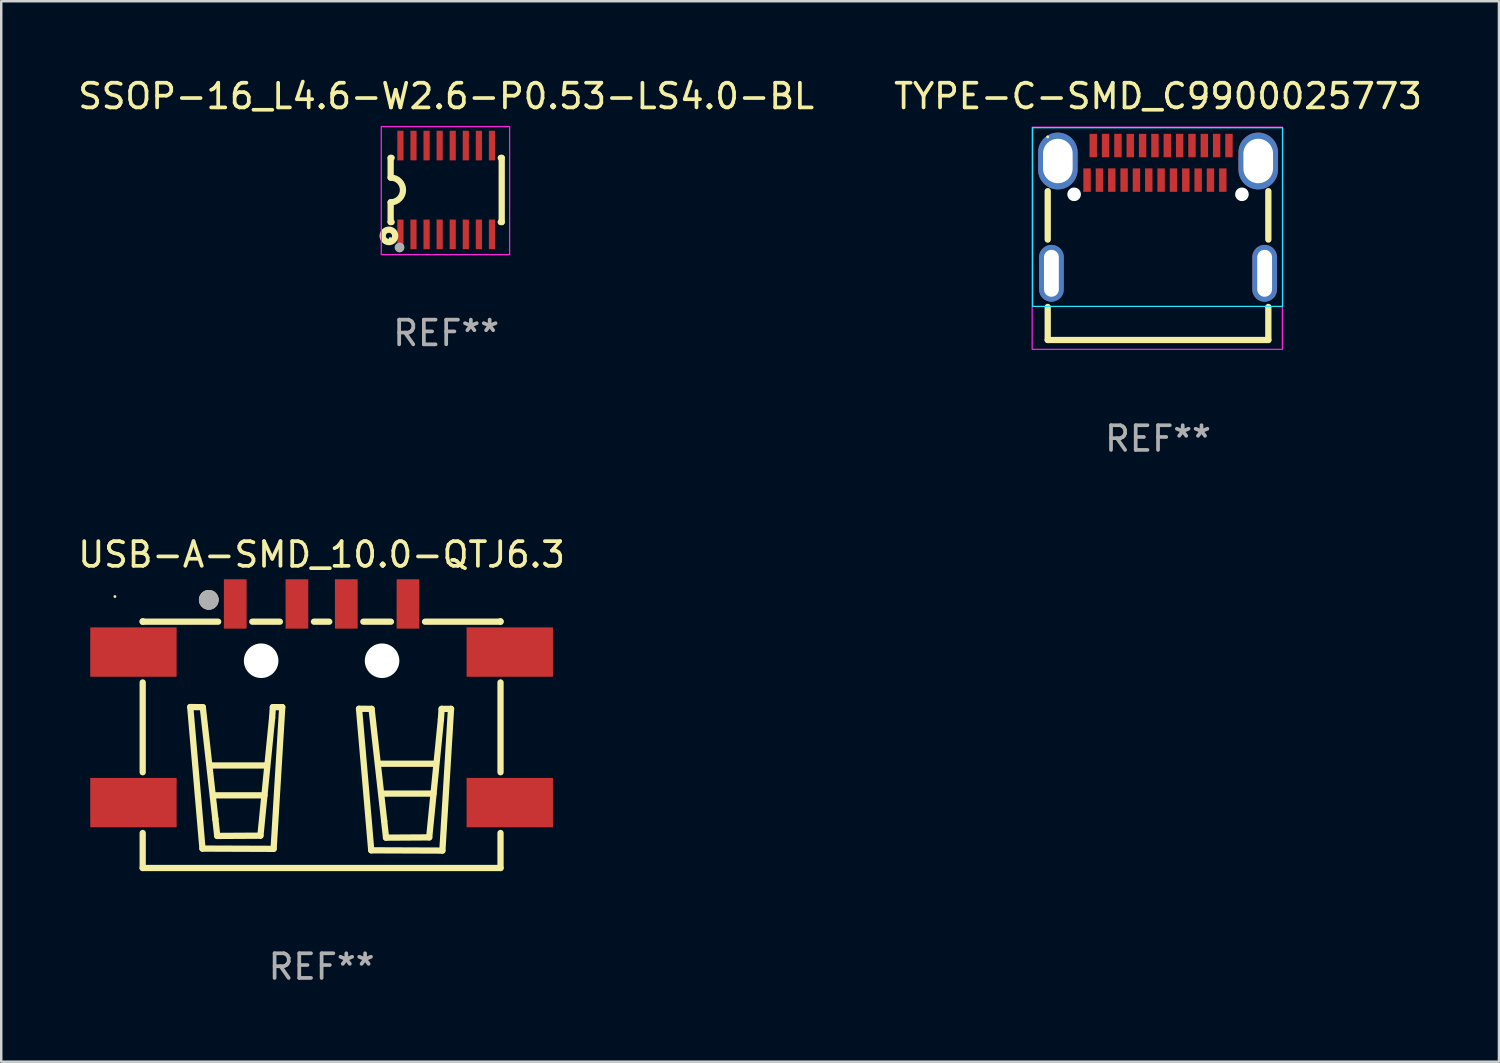
<source format=kicad_pcb>
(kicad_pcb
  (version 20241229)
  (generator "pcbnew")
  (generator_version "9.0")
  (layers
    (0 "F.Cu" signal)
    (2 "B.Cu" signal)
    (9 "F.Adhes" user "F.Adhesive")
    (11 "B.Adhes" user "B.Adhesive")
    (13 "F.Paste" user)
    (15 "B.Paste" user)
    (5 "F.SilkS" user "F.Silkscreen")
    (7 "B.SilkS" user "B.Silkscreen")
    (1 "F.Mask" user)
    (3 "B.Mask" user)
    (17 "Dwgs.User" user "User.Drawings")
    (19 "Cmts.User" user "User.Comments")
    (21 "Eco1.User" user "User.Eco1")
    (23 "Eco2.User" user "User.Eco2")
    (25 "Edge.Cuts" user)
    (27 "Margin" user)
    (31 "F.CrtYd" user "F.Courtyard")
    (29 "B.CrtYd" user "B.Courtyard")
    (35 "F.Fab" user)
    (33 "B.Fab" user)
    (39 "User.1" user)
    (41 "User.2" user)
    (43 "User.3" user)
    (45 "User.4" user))
  (footprint "TYPE-C-SMD_C9900025773"
    (layer "F.Cu")
    (at 43.875 5.436)
    (property "Reference" "TYPE-C-SMD_C9900025773" (at 0.000025 -4.588 0) (layer "F.SilkS") (effects (font (size 1 1) (thickness 0.15))))
    (attr smd)
    (fp_line (start -4.47 -0.74) (end -4.47 1.222) (stroke (width 0.254) (type solid)) (layer "F.SilkS"))
    (fp_line (start -4.47 3.953) (end -4.47 5.29) (stroke (width 0.254) (type solid)) (layer "F.SilkS"))
    (fp_line (start -4.47 5.29) (end 4.47 5.29) (stroke (width 0.254) (type solid)) (layer "F.SilkS"))
    (fp_line (start 4.47 1.222) (end 4.47 -0.74) (stroke (width 0.254) (type solid)) (layer "F.SilkS"))
    (fp_line (start 4.47 5.29) (end 4.47 3.953) (stroke (width 0.254) (type solid)) (layer "F.SilkS"))
    (fp_circle (center -4.47 -2.938) (end -4.44 -2.938) (stroke (width 0.06) (type solid)) (fill no) (layer "F.SilkS"))
    (fp_rect (start -5.08 -3.31) (end 5.05 3.93) (stroke (width 0.05) (type default)) (fill no) (layer "B.CrtYd"))
    (fp_rect (start -5.1 -3.33) (end 5.04 5.67) (stroke (width 0.05) (type default)) (fill no) (layer "F.CrtYd"))
    (fp_circle (center -3.4 -0.612) (end -3.285 -0.612) (stroke (width 0.23) (type solid)) (fill no) (layer "F.Fab"))
    (fp_circle (center 3.4 -0.612) (end 3.515 -0.612) (stroke (width 0.23) (type solid)) (fill no) (layer "F.Fab"))
    (fp_text user "REF**" (at 0.000025 9.29 0) (layer "F.Fab") (effects (font (size 1 1) (thickness 0.15))))
    (pad "" np_thru_hole circle (at -3.4 -0.612) (size 0.55 0.55) (drill 0.55) (layers "*.Cu" "*.Mask"))
    (pad "" np_thru_hole circle (at 3.4 -0.612) (size 0.55 0.55) (drill 0.55) (layers "*.Cu" "*.Mask"))
    (pad "15" thru_hole oval (at -4.32 2.588) (size 1 2.3) (drill oval 0.6 1.9) (layers "*.Cu" "*.Mask"))
    (pad "16" thru_hole oval (at 4.32 2.588) (size 1 2.3) (drill oval 0.6 1.9) (layers "*.Cu" "*.Mask"))
    (pad "17" thru_hole oval (at 4.06 -1.962) (size 1.6 2.3) (drill oval 1.2 1.8) (layers "*.Cu" "*.Mask"))
    (pad "18" thru_hole oval (at -4.06 -1.962) (size 1.6 2.3) (drill oval 1.2 1.8) (layers "*.Cu" "*.Mask"))
    (pad "A1" smd rect (at -2.625 -2.588) (size 0.3 0.95) (layers "F.Cu" "F.Mask" "F.Paste"))
    (pad "A2" smd rect (at -2.125 -2.588) (size 0.3 0.95) (layers "F.Cu" "F.Mask" "F.Paste"))
    (pad "A3" smd rect (at -1.625 -2.588) (size 0.3 0.95) (layers "F.Cu" "F.Mask" "F.Paste"))
    (pad "A4" smd rect (at -1.125 -2.588) (size 0.3 0.95) (layers "F.Cu" "F.Mask" "F.Paste"))
    (pad "A5" smd rect (at -0.625 -2.588) (size 0.3 0.95) (layers "F.Cu" "F.Mask" "F.Paste"))
    (pad "A6" smd rect (at -0.125 -2.588) (size 0.3 0.95) (layers "F.Cu" "F.Mask" "F.Paste"))
    (pad "A7" smd rect (at 0.375 -2.588) (size 0.3 0.95) (layers "F.Cu" "F.Mask" "F.Paste"))
    (pad "A8" smd rect (at 0.875 -2.588) (size 0.3 0.95) (layers "F.Cu" "F.Mask" "F.Paste"))
    (pad "A9" smd rect (at 1.375 -2.588) (size 0.3 0.95) (layers "F.Cu" "F.Mask" "F.Paste"))
    (pad "A10" smd rect (at 1.875 -2.588) (size 0.3 0.95) (layers "F.Cu" "F.Mask" "F.Paste"))
    (pad "A11" smd rect (at 2.375 -2.588) (size 0.3 0.95) (layers "F.Cu" "F.Mask" "F.Paste"))
    (pad "A12" smd rect (at 2.875 -2.588) (size 0.3 0.95) (layers "F.Cu" "F.Mask" "F.Paste"))
    (pad "B1" smd rect (at 2.625 -1.188) (size 0.3 0.95) (layers "F.Cu" "F.Mask" "F.Paste"))
    (pad "B2" smd rect (at 2.125 -1.188) (size 0.3 0.95) (layers "F.Cu" "F.Mask" "F.Paste"))
    (pad "B3" smd rect (at 1.625 -1.188) (size 0.3 0.95) (layers "F.Cu" "F.Mask" "F.Paste"))
    (pad "B4" smd rect (at 1.125 -1.188) (size 0.3 0.95) (layers "F.Cu" "F.Mask" "F.Paste"))
    (pad "B5" smd rect (at 0.625 -1.188) (size 0.3 0.95) (layers "F.Cu" "F.Mask" "F.Paste"))
    (pad "B6" smd rect (at 0.125 -1.188) (size 0.3 0.95) (layers "F.Cu" "F.Mask" "F.Paste"))
    (pad "B7" smd rect (at -0.375 -1.188) (size 0.3 0.95) (layers "F.Cu" "F.Mask" "F.Paste"))
    (pad "B8" smd rect (at -0.875 -1.188) (size 0.3 0.95) (layers "F.Cu" "F.Mask" "F.Paste"))
    (pad "B9" smd rect (at -1.375 -1.188) (size 0.3 0.95) (layers "F.Cu" "F.Mask" "F.Paste"))
    (pad "B10" smd rect (at -1.875 -1.188) (size 0.3 0.95) (layers "F.Cu" "F.Mask" "F.Paste"))
    (pad "B11" smd rect (at -2.375 -1.188) (size 0.3 0.95) (layers "F.Cu" "F.Mask" "F.Paste"))
    (pad "B12" smd rect (at -2.875 -1.188) (size 0.3 0.95) (layers "F.Cu" "F.Mask" "F.Paste")))
  (footprint "USB-A-SMD_10.0-QTJ6.3"
    (layer "F.Cu")
    (at 9.982 25.448)
    (property "Reference" "USB-A-SMD_10.0-QTJ6.3" (at 0 -6.025 0) (layer "F.SilkS") (effects (font (size 1 1) (thickness 0.15))))
    (attr through_hole)
    (fp_line (start -7.25 -3.306) (end -7.25 -3.325) (stroke (width 0.254) (type solid)) (layer "F.SilkS"))
    (fp_line (start -7.25 -3.306) (end -4.191 -3.306) (stroke (width 0.254) (type solid)) (layer "F.SilkS"))
    (fp_line (start -7.25 2.794) (end -7.25 -0.844) (stroke (width 0.254) (type solid)) (layer "F.SilkS"))
    (fp_line (start -7.25 6.675) (end -7.25 5.256) (stroke (width 0.254) (type solid)) (layer "F.SilkS"))
    (fp_line (start -7.25 6.675) (end 7.25 6.675) (stroke (width 0.254) (type solid)) (layer "F.SilkS"))
    (fp_line (start -5.323 0.153) (end -4.815 0.157) (stroke (width 0.254) (type solid)) (layer "F.SilkS"))
    (fp_line (start -4.828 5.888) (end -5.323 0.153) (stroke (width 0.254) (type solid)) (layer "F.SilkS"))
    (fp_line (start -4.815 0.157) (end -4.304 4.697) (stroke (width 0.254) (type solid)) (layer "F.SilkS"))
    (fp_line (start -4.486 2.52) (end -2.226 2.52) (stroke (width 0.254) (type solid)) (layer "F.SilkS"))
    (fp_line (start -4.346 3.73) (end -2.316 3.73) (stroke (width 0.254) (type solid)) (layer "F.SilkS"))
    (fp_line (start -4.304 4.697) (end -4.229 5.375) (stroke (width 0.254) (type solid)) (layer "F.SilkS"))
    (fp_line (start -4.229 5.375) (end -2.479 5.365) (stroke (width 0.254) (type solid)) (layer "F.SilkS"))
    (fp_line (start -2.809 -3.306) (end -1.691 -3.306) (stroke (width 0.254) (type solid)) (layer "F.SilkS"))
    (fp_line (start -2.479 5.365) (end -2.005 0.586) (stroke (width 0.254) (type solid)) (layer "F.SilkS"))
    (fp_line (start -2.005 0.586) (end -1.975 0.156) (stroke (width 0.254) (type solid)) (layer "F.SilkS"))
    (fp_line (start -1.975 0.156) (end -1.595 0.156) (stroke (width 0.254) (type solid)) (layer "F.SilkS"))
    (fp_line (start -1.945 5.899) (end -4.828 5.888) (stroke (width 0.254) (type solid)) (layer "F.SilkS"))
    (fp_line (start -1.595 0.156) (end -1.945 5.899) (stroke (width 0.254) (type solid)) (layer "F.SilkS"))
    (fp_line (start -0.309 -3.306) (end 0.309 -3.306) (stroke (width 0.254) (type solid)) (layer "F.SilkS"))
    (fp_line (start 1.516 0.223) (end 2.025 0.226) (stroke (width 0.254) (type solid)) (layer "F.SilkS"))
    (fp_line (start 1.691 -3.306) (end 2.809 -3.306) (stroke (width 0.254) (type solid)) (layer "F.SilkS"))
    (fp_line (start 2.011 5.958) (end 1.516 0.223) (stroke (width 0.254) (type solid)) (layer "F.SilkS"))
    (fp_line (start 2.025 0.226) (end 2.535 4.767) (stroke (width 0.254) (type solid)) (layer "F.SilkS"))
    (fp_line (start 2.364 2.449) (end 4.624 2.449) (stroke (width 0.254) (type solid)) (layer "F.SilkS"))
    (fp_line (start 2.504 3.659) (end 4.534 3.659) (stroke (width 0.254) (type solid)) (layer "F.SilkS"))
    (fp_line (start 2.535 4.767) (end 2.61 5.445) (stroke (width 0.254) (type solid)) (layer "F.SilkS"))
    (fp_line (start 2.61 5.445) (end 4.36 5.434) (stroke (width 0.254) (type solid)) (layer "F.SilkS"))
    (fp_line (start 4.191 -3.306) (end 7.25 -3.306) (stroke (width 0.254) (type solid)) (layer "F.SilkS"))
    (fp_line (start 4.36 5.434) (end 4.834 0.656) (stroke (width 0.254) (type solid)) (layer "F.SilkS"))
    (fp_line (start 4.834 0.656) (end 4.864 0.226) (stroke (width 0.254) (type solid)) (layer "F.SilkS"))
    (fp_line (start 4.864 0.226) (end 5.244 0.226) (stroke (width 0.254) (type solid)) (layer "F.SilkS"))
    (fp_line (start 4.894 5.969) (end 2.011 5.958) (stroke (width 0.254) (type solid)) (layer "F.SilkS"))
    (fp_line (start 5.244 0.226) (end 4.894 5.969) (stroke (width 0.254) (type solid)) (layer "F.SilkS"))
    (fp_line (start 7.25 -3.306) (end 7.25 -3.325) (stroke (width 0.254) (type solid)) (layer "F.SilkS"))
    (fp_line (start 7.25 2.794) (end 7.25 -0.844) (stroke (width 0.254) (type solid)) (layer "F.SilkS"))
    (fp_line (start 7.25 6.675) (end 7.25 5.256) (stroke (width 0.254) (type solid)) (layer "F.SilkS"))
    (fp_circle (center -8.375 -4.325) (end -8.345 -4.325) (stroke (width 0.06) (type solid)) (fill no) (layer "F.SilkS"))
    (fp_circle (center -4.572 -4.191) (end -4.372 -4.191) (stroke (width 0.4) (type solid)) (fill no) (layer "F.SilkS"))
    (fp_circle (center -4.572 -4.191) (end -4.372 -4.191) (stroke (width 0.4) (type solid)) (fill no) (layer "F.Fab"))
    (fp_circle (center -2.45 -1.724) (end -2.2 -1.724) (stroke (width 0.5) (type solid)) (fill no) (layer "F.Fab"))
    (fp_circle (center 2.45 -1.724) (end 2.7 -1.724) (stroke (width 0.5) (type solid)) (fill no) (layer "F.Fab"))
    (fp_text user "REF**" (at 0 10.675 0) (layer "F.Fab") (effects (font (size 1 1) (thickness 0.15))))
    (pad "" np_thru_hole circle (at -2.45 -1.724) (size 1.4 1.4) (drill 1.4) (layers "*.Cu" "*.Mask"))
    (pad "" np_thru_hole circle (at 2.45 -1.724) (size 1.4 1.4) (drill 1.4) (layers "*.Cu" "*.Mask"))
    (pad "1" smd rect (at -3.5 -4.025) (size 0.92 2) (layers "F.Cu" "F.Mask" "F.Paste"))
    (pad "2" smd rect (at -1 -4.025) (size 0.92 2) (layers "F.Cu" "F.Mask" "F.Paste"))
    (pad "3" smd rect (at 1 -4.025) (size 0.92 2) (layers "F.Cu" "F.Mask" "F.Paste"))
    (pad "4" smd rect (at 3.5 -4.025) (size 0.92 2) (layers "F.Cu" "F.Mask" "F.Paste"))
    (pad "5" smd rect (at 7.625 -2.075 180) (size 3.5 2) (layers "F.Cu" "F.Mask" "F.Paste"))
    (pad "6" smd rect (at 7.625 4.025 180) (size 3.5 2) (layers "F.Cu" "F.Mask" "F.Paste"))
    (pad "7" smd rect (at -7.625 4.025 180) (size 3.5 2) (layers "F.Cu" "F.Mask" "F.Paste"))
    (pad "8" smd rect (at -7.625 -2.075 180) (size 3.5 2) (layers "F.Cu" "F.Mask" "F.Paste")))
  (footprint "SSOP-16_L4.6-W2.6-P0.53-LS4.0-BL"
    (layer "F.Cu")
    (at 15.03 4.648)
    (property "Reference" "SSOP-16_L4.6-W2.6-P0.53-LS4.0-BL" (at 0 -3.8 0) (layer "F.SilkS") (effects (font (size 1 1) (thickness 0.15))))
    (attr smd)
    (fp_line (start -2.25 -1.3) (end -2.25 -0.5) (stroke (width 0.254) (type solid)) (layer "F.SilkS"))
    (fp_line (start -2.25 -1.3) (end -2.211 -1.3) (stroke (width 0.254) (type solid)) (layer "F.SilkS"))
    (fp_line (start -2.25 1.3) (end -2.25 0.5) (stroke (width 0.254) (type solid)) (layer "F.SilkS"))
    (fp_line (start -2.25 1.3) (end -2.211 1.3) (stroke (width 0.254) (type solid)) (layer "F.SilkS"))
    (fp_line (start 2.211 -1.3) (end 2.25 -1.3) (stroke (width 0.254) (type solid)) (layer "F.SilkS"))
    (fp_line (start 2.25 -1.3) (end 2.25 1.3) (stroke (width 0.254) (type solid)) (layer "F.SilkS"))
    (fp_line (start 2.25 1.3) (end 2.211 1.3) (stroke (width 0.254) (type solid)) (layer "F.SilkS"))
    (fp_arc (start -2.250445 -0.500381) (mid -1.753583 -0.000406) (end -2.250011 0.5) (stroke (width 0.254) (type solid)) (layer "F.SilkS"))
    (fp_circle (center -2.32 1.86) (end -2.195 1.86) (stroke (width 0.254) (type solid)) (fill no) (layer "F.SilkS"))
    (fp_circle (center -2.27 1.97) (end -2.24 1.97) (stroke (width 0.06) (type solid)) (fill no) (layer "F.SilkS"))
    (fp_rect (start -2.63 -2.57) (end 2.57 2.62) (stroke (width 0.05) (type default)) (fill no) (layer "F.CrtYd"))
    (fp_circle (center -1.89 2.33) (end -1.79 2.33) (stroke (width 0.2) (type solid)) (fill no) (layer "F.Fab"))
    (fp_text user "REF**" (at 0 5.8 0) (layer "F.Fab") (effects (font (size 1 1) (thickness 0.15))))
    (pad "1" smd rect (at -1.855 1.8 90) (size 1.2 0.25) (layers "F.Cu" "F.Mask" "F.Paste"))
    (pad "2" smd rect (at -1.325 1.8 90) (size 1.2 0.25) (layers "F.Cu" "F.Mask" "F.Paste"))
    (pad "3" smd rect (at -0.795 1.8 90) (size 1.2 0.25) (layers "F.Cu" "F.Mask" "F.Paste"))
    (pad "4" smd rect (at -0.265 1.8 90) (size 1.2 0.25) (layers "F.Cu" "F.Mask" "F.Paste"))
    (pad "5" smd rect (at 0.265 1.8 90) (size 1.2 0.25) (layers "F.Cu" "F.Mask" "F.Paste"))
    (pad "6" smd rect (at 0.795 1.8 90) (size 1.2 0.25) (layers "F.Cu" "F.Mask" "F.Paste"))
    (pad "7" smd rect (at 1.325 1.8 90) (size 1.2 0.25) (layers "F.Cu" "F.Mask" "F.Paste"))
    (pad "8" smd rect (at 1.855 1.8 90) (size 1.2 0.25) (layers "F.Cu" "F.Mask" "F.Paste"))
    (pad "9" smd rect (at 1.855 -1.8 90) (size 1.2 0.25) (layers "F.Cu" "F.Mask" "F.Paste"))
    (pad "10" smd rect (at 1.325 -1.8 90) (size 1.2 0.25) (layers "F.Cu" "F.Mask" "F.Paste"))
    (pad "11" smd rect (at 0.795 -1.8 90) (size 1.2 0.25) (layers "F.Cu" "F.Mask" "F.Paste"))
    (pad "12" smd rect (at 0.265 -1.8 90) (size 1.2 0.25) (layers "F.Cu" "F.Mask" "F.Paste"))
    (pad "13" smd rect (at -0.265 -1.8 90) (size 1.2 0.25) (layers "F.Cu" "F.Mask" "F.Paste"))
    (pad "14" smd rect (at -0.795 -1.8 90) (size 1.2 0.25) (layers "F.Cu" "F.Mask" "F.Paste"))
    (pad "15" smd rect (at -1.325 -1.8 90) (size 1.2 0.25) (layers "F.Cu" "F.Mask" "F.Paste"))
    (pad "16" smd rect (at -1.855 -1.8 90) (size 1.2 0.25) (layers "F.Cu" "F.Mask" "F.Paste")))
  (gr_rect
    (start -3 -3)
    (end 57.69 39.971)
    (stroke (width 0.1) (type default))
    (fill no)
    (layer "Edge.Cuts")))
</source>
